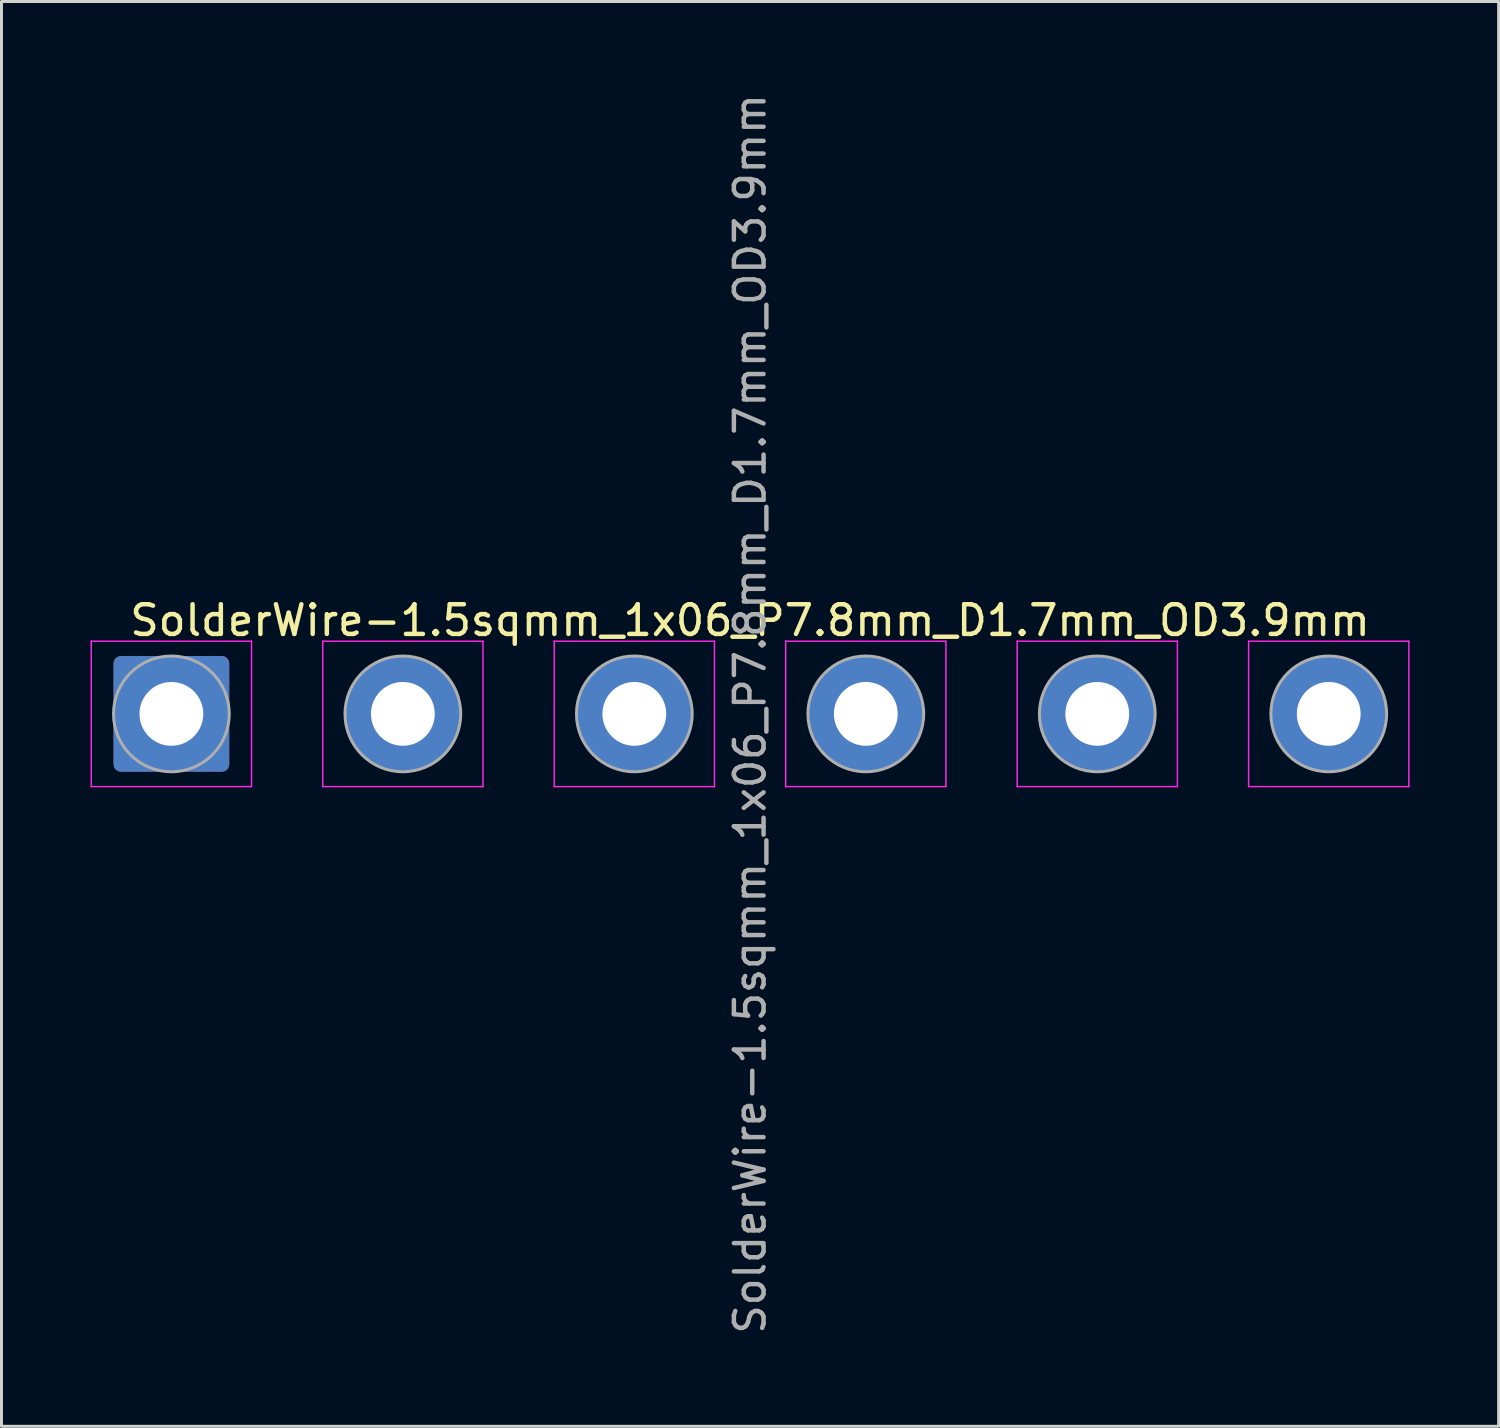
<source format=kicad_pcb>
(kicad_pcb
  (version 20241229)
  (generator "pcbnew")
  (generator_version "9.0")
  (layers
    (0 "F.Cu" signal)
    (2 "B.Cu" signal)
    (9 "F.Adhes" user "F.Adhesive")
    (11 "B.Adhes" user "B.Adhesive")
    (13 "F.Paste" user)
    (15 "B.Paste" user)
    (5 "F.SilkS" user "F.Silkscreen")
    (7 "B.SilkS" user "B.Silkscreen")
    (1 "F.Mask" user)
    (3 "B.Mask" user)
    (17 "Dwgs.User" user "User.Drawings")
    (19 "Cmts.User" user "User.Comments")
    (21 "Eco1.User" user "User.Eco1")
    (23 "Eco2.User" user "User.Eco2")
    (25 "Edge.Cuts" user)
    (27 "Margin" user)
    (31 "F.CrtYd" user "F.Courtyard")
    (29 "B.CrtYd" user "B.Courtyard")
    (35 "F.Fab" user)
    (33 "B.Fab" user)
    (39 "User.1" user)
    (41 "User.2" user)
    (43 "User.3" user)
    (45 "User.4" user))
  (footprint "SolderWire-1.5sqmm_1x06_P7.8mm_D1.7mm_OD3.9mm"
    (layer "F.Cu")
    (at 2.725 21.006)
    (property "Reference" "SolderWire-1.5sqmm_1x06_P7.8mm_D1.7mm_OD3.9mm" (at 19.5 -3.15 0) (layer "F.SilkS") (effects (font (size 1 1) (thickness 0.15))))
    (attr exclude_from_pos_files exclude_from_bom)
    (fp_line (start -2.7 -2.45) (end -2.7 2.45) (stroke (width 0.05) (type solid)) (layer "F.CrtYd"))
    (fp_line (start -2.7 2.45) (end 2.7 2.45) (stroke (width 0.05) (type solid)) (layer "F.CrtYd"))
    (fp_line (start 2.7 -2.45) (end -2.7 -2.45) (stroke (width 0.05) (type solid)) (layer "F.CrtYd"))
    (fp_line (start 2.7 2.45) (end 2.7 -2.45) (stroke (width 0.05) (type solid)) (layer "F.CrtYd"))
    (fp_line (start 5.1 -2.45) (end 5.1 2.45) (stroke (width 0.05) (type solid)) (layer "F.CrtYd"))
    (fp_line (start 5.1 2.45) (end 10.5 2.45) (stroke (width 0.05) (type solid)) (layer "F.CrtYd"))
    (fp_line (start 10.5 -2.45) (end 5.1 -2.45) (stroke (width 0.05) (type solid)) (layer "F.CrtYd"))
    (fp_line (start 10.5 2.45) (end 10.5 -2.45) (stroke (width 0.05) (type solid)) (layer "F.CrtYd"))
    (fp_line (start 12.9 -2.45) (end 12.9 2.45) (stroke (width 0.05) (type solid)) (layer "F.CrtYd"))
    (fp_line (start 12.9 2.45) (end 18.3 2.45) (stroke (width 0.05) (type solid)) (layer "F.CrtYd"))
    (fp_line (start 18.3 -2.45) (end 12.9 -2.45) (stroke (width 0.05) (type solid)) (layer "F.CrtYd"))
    (fp_line (start 18.3 2.45) (end 18.3 -2.45) (stroke (width 0.05) (type solid)) (layer "F.CrtYd"))
    (fp_line (start 20.7 -2.45) (end 20.7 2.45) (stroke (width 0.05) (type solid)) (layer "F.CrtYd"))
    (fp_line (start 20.7 2.45) (end 26.1 2.45) (stroke (width 0.05) (type solid)) (layer "F.CrtYd"))
    (fp_line (start 26.1 -2.45) (end 20.7 -2.45) (stroke (width 0.05) (type solid)) (layer "F.CrtYd"))
    (fp_line (start 26.1 2.45) (end 26.1 -2.45) (stroke (width 0.05) (type solid)) (layer "F.CrtYd"))
    (fp_line (start 28.5 -2.45) (end 28.5 2.45) (stroke (width 0.05) (type solid)) (layer "F.CrtYd"))
    (fp_line (start 28.5 2.45) (end 33.9 2.45) (stroke (width 0.05) (type solid)) (layer "F.CrtYd"))
    (fp_line (start 33.9 -2.45) (end 28.5 -2.45) (stroke (width 0.05) (type solid)) (layer "F.CrtYd"))
    (fp_line (start 33.9 2.45) (end 33.9 -2.45) (stroke (width 0.05) (type solid)) (layer "F.CrtYd"))
    (fp_line (start 36.3 -2.45) (end 36.3 2.45) (stroke (width 0.05) (type solid)) (layer "F.CrtYd"))
    (fp_line (start 36.3 2.45) (end 41.7 2.45) (stroke (width 0.05) (type solid)) (layer "F.CrtYd"))
    (fp_line (start 41.7 -2.45) (end 36.3 -2.45) (stroke (width 0.05) (type solid)) (layer "F.CrtYd"))
    (fp_line (start 41.7 2.45) (end 41.7 -2.45) (stroke (width 0.05) (type solid)) (layer "F.CrtYd"))
    (fp_circle (center 0 0) (end 1.95 0) (stroke (width 0.1) (type solid)) (fill no) (layer "F.Fab"))
    (fp_circle (center 7.8 0) (end 9.75 0) (stroke (width 0.1) (type solid)) (fill no) (layer "F.Fab"))
    (fp_circle (center 15.6 0) (end 17.55 0) (stroke (width 0.1) (type solid)) (fill no) (layer "F.Fab"))
    (fp_circle (center 23.4 0) (end 25.35 0) (stroke (width 0.1) (type solid)) (fill no) (layer "F.Fab"))
    (fp_circle (center 31.2 0) (end 33.15 0) (stroke (width 0.1) (type solid)) (fill no) (layer "F.Fab"))
    (fp_circle (center 39 0) (end 40.95 0) (stroke (width 0.1) (type solid)) (fill no) (layer "F.Fab"))
    (fp_text user "${REFERENCE}" (at 19.5 0 90) (layer "F.Fab") (effects (font (size 1 1) (thickness 0.15))))
    (pad "1" thru_hole roundrect (at 0 0) (size 3.9 3.9) (drill 2.15) (layers "*.Cu" "*.Mask") (roundrect_rratio 0.064))
    (pad "2" thru_hole circle (at 7.8 0) (size 3.9 3.9) (drill 2.15) (layers "*.Cu" "*.Mask"))
    (pad "3" thru_hole circle (at 15.6 0) (size 3.9 3.9) (drill 2.15) (layers "*.Cu" "*.Mask"))
    (pad "4" thru_hole circle (at 23.4 0) (size 3.9 3.9) (drill 2.15) (layers "*.Cu" "*.Mask"))
    (pad "5" thru_hole circle (at 31.2 0) (size 3.9 3.9) (drill 2.15) (layers "*.Cu" "*.Mask"))
    (pad "6" thru_hole circle (at 39 0) (size 3.9 3.9) (drill 2.15) (layers "*.Cu" "*.Mask")))
  (gr_rect
    (start -3 -3)
    (end 47.45 45.012)
    (stroke (width 0.1) (type default))
    (fill no)
    (layer "Edge.Cuts")))
</source>
